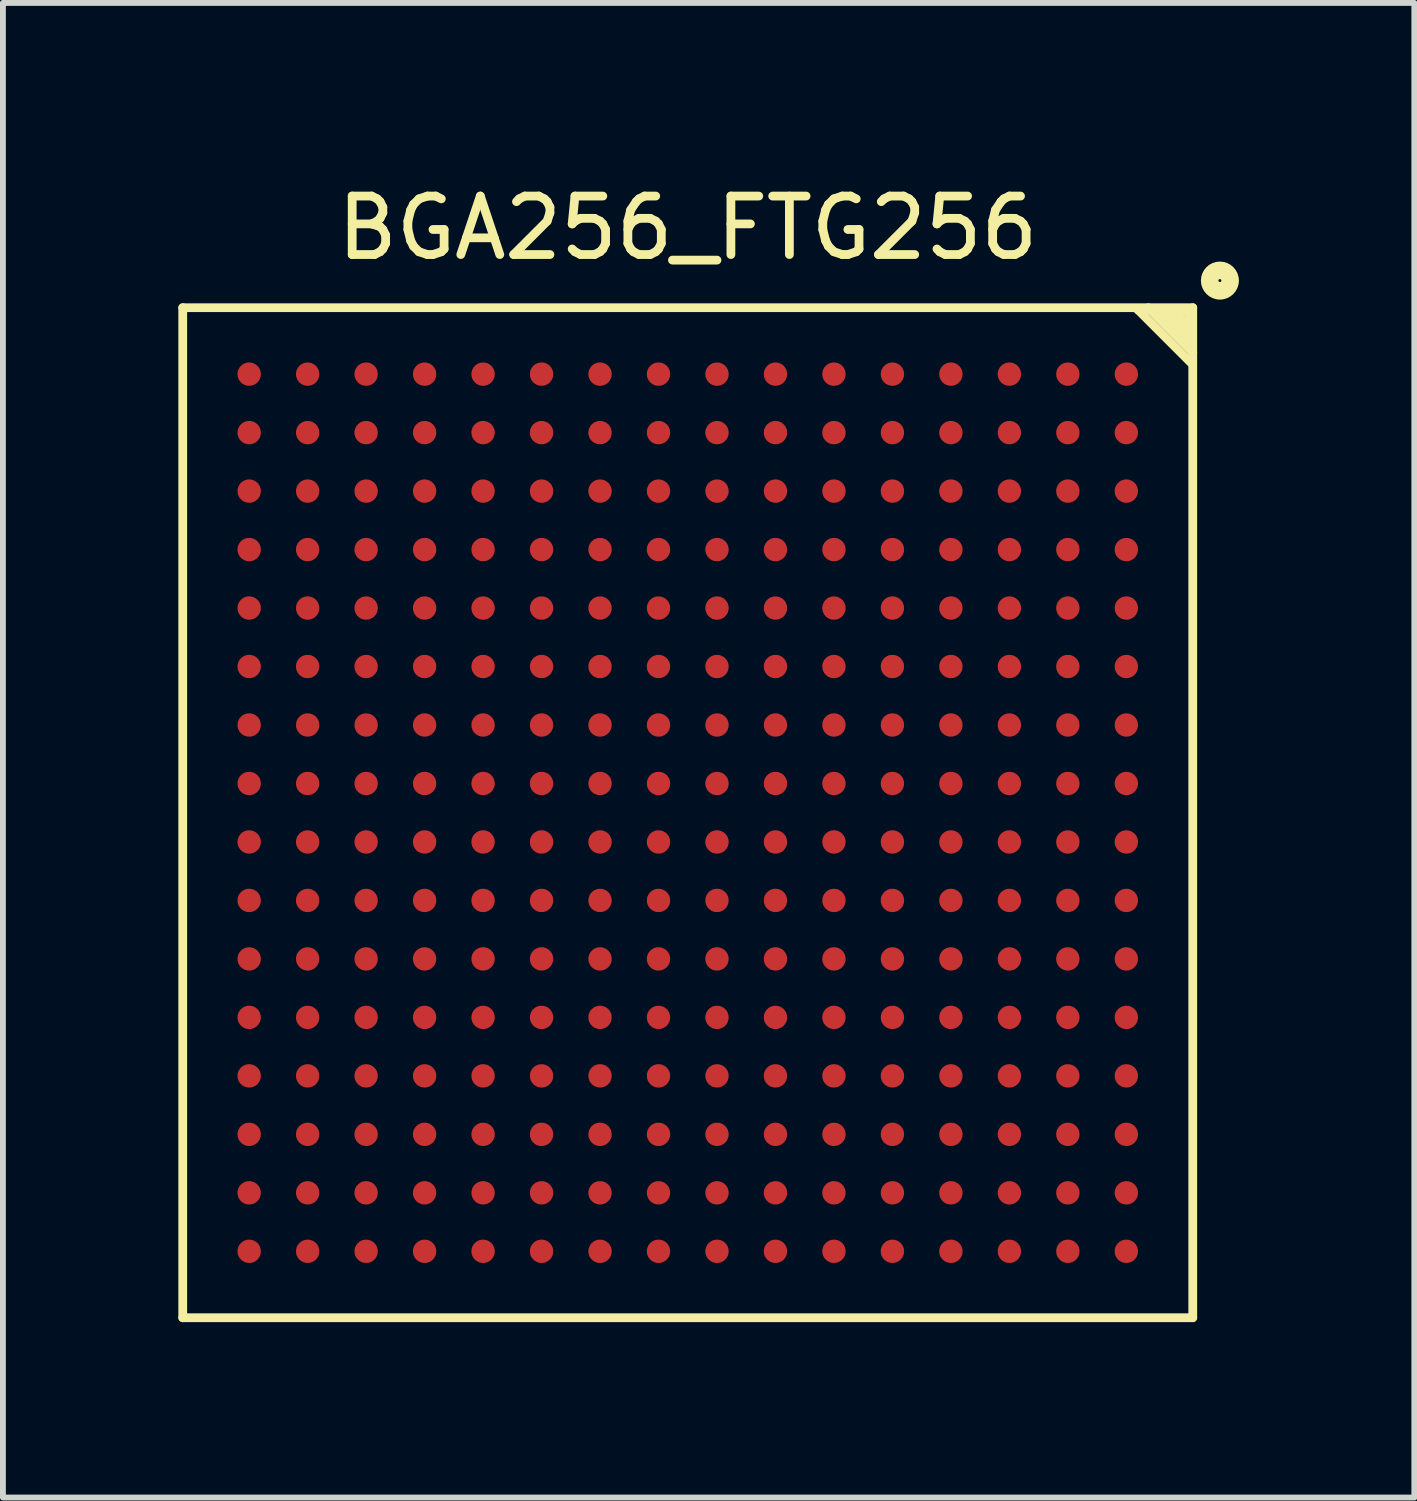
<source format=kicad_pcb>
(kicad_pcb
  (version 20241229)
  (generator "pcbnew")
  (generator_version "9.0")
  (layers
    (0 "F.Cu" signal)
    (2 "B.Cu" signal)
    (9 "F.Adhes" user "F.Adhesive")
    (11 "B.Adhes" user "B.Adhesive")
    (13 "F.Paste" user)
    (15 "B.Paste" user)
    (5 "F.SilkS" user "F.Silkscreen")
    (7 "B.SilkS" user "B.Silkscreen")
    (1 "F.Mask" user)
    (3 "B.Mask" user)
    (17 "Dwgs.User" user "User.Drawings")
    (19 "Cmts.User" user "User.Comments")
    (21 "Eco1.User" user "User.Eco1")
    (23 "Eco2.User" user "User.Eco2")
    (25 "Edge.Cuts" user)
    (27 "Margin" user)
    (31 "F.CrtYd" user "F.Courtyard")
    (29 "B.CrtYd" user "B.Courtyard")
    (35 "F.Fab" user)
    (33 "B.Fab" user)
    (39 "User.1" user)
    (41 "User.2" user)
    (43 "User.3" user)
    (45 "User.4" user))
  (footprint "BGA256_FTG256"
    (layer "F.Cu")
    (at 8.711 10.848)
    (property "Reference" "BGA256_FTG256" (at 0 -10 0) (layer "F.SilkS") (effects (font (size 1 1) (thickness 0.15))))
    (attr smd)
    (fp_line (start -8.636 -8.636) (end 8.636 -8.636) (stroke (width 0.15) (type solid)) (layer "F.SilkS"))
    (fp_line (start -8.636 8.636) (end -8.636 -8.636) (stroke (width 0.15) (type solid)) (layer "F.SilkS"))
    (fp_line (start 7.7 -8.6) (end 8.6 -7.7) (stroke (width 0.15) (type solid)) (layer "F.SilkS"))
    (fp_line (start 7.874 -8.636) (end 8.636 -7.874) (stroke (width 0.15) (type solid)) (layer "F.SilkS"))
    (fp_line (start 8.1 -8.6) (end 8.3 -8.6) (stroke (width 0.15) (type solid)) (layer "F.SilkS"))
    (fp_line (start 8.3 -8.6) (end 8.6 -8.3) (stroke (width 0.15) (type solid)) (layer "F.SilkS"))
    (fp_line (start 8.5 -8.6) (end 7.7 -8.6) (stroke (width 0.15) (type solid)) (layer "F.SilkS"))
    (fp_line (start 8.6 -8.5) (end 8.5 -8.6) (stroke (width 0.15) (type solid)) (layer "F.SilkS"))
    (fp_line (start 8.6 -8.3) (end 8.6 -8.5) (stroke (width 0.15) (type solid)) (layer "F.SilkS"))
    (fp_line (start 8.6 -8.1) (end 8.1 -8.6) (stroke (width 0.15) (type solid)) (layer "F.SilkS"))
    (fp_line (start 8.636 -8.636) (end 8.636 8.636) (stroke (width 0.15) (type solid)) (layer "F.SilkS"))
    (fp_line (start 8.636 8.636) (end -8.636 8.636) (stroke (width 0.15) (type solid)) (layer "F.SilkS"))
    (fp_circle (center 9.1 -9.1) (end 8.85 -9.1) (stroke (width 0.15) (type solid)) (fill no) (layer "F.SilkS"))
    (fp_circle (center 9.1 -9.1) (end 9 -9.1) (stroke (width 0.15) (type solid)) (fill no) (layer "F.SilkS"))
    (fp_circle (center 9.1 -9.1) (end 9.3 -9.1) (stroke (width 0.15) (type solid)) (fill no) (layer "F.SilkS"))
    (pad "A1" smd circle (at 7.5 -7.5 270) (size 0.4 0.4) (layers "F.Cu" "F.Mask" "F.Paste"))
    (pad "A2" smd circle (at 7.5 -6.5 270) (size 0.4 0.4) (layers "F.Cu" "F.Mask" "F.Paste"))
    (pad "A3" smd circle (at 7.5 -5.5 270) (size 0.4 0.4) (layers "F.Cu" "F.Mask" "F.Paste"))
    (pad "A4" smd circle (at 7.5 -4.5 270) (size 0.4 0.4) (layers "F.Cu" "F.Mask" "F.Paste"))
    (pad "A5" smd circle (at 7.5 -3.5 270) (size 0.4 0.4) (layers "F.Cu" "F.Mask" "F.Paste"))
    (pad "A6" smd circle (at 7.5 -2.5 270) (size 0.4 0.4) (layers "F.Cu" "F.Mask" "F.Paste"))
    (pad "A7" smd circle (at 7.5 -1.5 270) (size 0.4 0.4) (layers "F.Cu" "F.Mask" "F.Paste"))
    (pad "A8" smd circle (at 7.5 -0.5 270) (size 0.4 0.4) (layers "F.Cu" "F.Mask" "F.Paste"))
    (pad "A9" smd circle (at 7.5 0.5 270) (size 0.4 0.4) (layers "F.Cu" "F.Mask" "F.Paste"))
    (pad "A10" smd circle (at 7.5 1.5 270) (size 0.4 0.4) (layers "F.Cu" "F.Mask" "F.Paste"))
    (pad "A11" smd circle (at 7.5 2.5 270) (size 0.4 0.4) (layers "F.Cu" "F.Mask" "F.Paste"))
    (pad "A12" smd circle (at 7.5 3.5 270) (size 0.4 0.4) (layers "F.Cu" "F.Mask" "F.Paste"))
    (pad "A13" smd circle (at 7.5 4.5 270) (size 0.4 0.4) (layers "F.Cu" "F.Mask" "F.Paste"))
    (pad "A14" smd circle (at 7.5 5.5 270) (size 0.4 0.4) (layers "F.Cu" "F.Mask" "F.Paste"))
    (pad "A15" smd circle (at 7.5 6.5 270) (size 0.4 0.4) (layers "F.Cu" "F.Mask" "F.Paste"))
    (pad "A16" smd circle (at 7.5 7.5 270) (size 0.4 0.4) (layers "F.Cu" "F.Mask" "F.Paste"))
    (pad "B1" smd circle (at 6.5 -7.5 270) (size 0.4 0.4) (layers "F.Cu" "F.Mask" "F.Paste"))
    (pad "B2" smd circle (at 6.5 -6.5 270) (size 0.4 0.4) (layers "F.Cu" "F.Mask" "F.Paste"))
    (pad "B3" smd circle (at 6.5 -5.5 270) (size 0.4 0.4) (layers "F.Cu" "F.Mask" "F.Paste"))
    (pad "B4" smd circle (at 6.5 -4.5 270) (size 0.4 0.4) (layers "F.Cu" "F.Mask" "F.Paste"))
    (pad "B5" smd circle (at 6.5 -3.5 270) (size 0.4 0.4) (layers "F.Cu" "F.Mask" "F.Paste"))
    (pad "B6" smd circle (at 6.5 -2.5 270) (size 0.4 0.4) (layers "F.Cu" "F.Mask" "F.Paste"))
    (pad "B7" smd circle (at 6.5 -1.5 270) (size 0.4 0.4) (layers "F.Cu" "F.Mask" "F.Paste"))
    (pad "B8" smd circle (at 6.5 -0.5 270) (size 0.4 0.4) (layers "F.Cu" "F.Mask" "F.Paste"))
    (pad "B9" smd circle (at 6.5 0.5 270) (size 0.4 0.4) (layers "F.Cu" "F.Mask" "F.Paste"))
    (pad "B10" smd circle (at 6.5 1.5 270) (size 0.4 0.4) (layers "F.Cu" "F.Mask" "F.Paste"))
    (pad "B11" smd circle (at 6.5 2.5 270) (size 0.4 0.4) (layers "F.Cu" "F.Mask" "F.Paste"))
    (pad "B12" smd circle (at 6.5 3.5 270) (size 0.4 0.4) (layers "F.Cu" "F.Mask" "F.Paste"))
    (pad "B13" smd circle (at 6.5 4.5 270) (size 0.4 0.4) (layers "F.Cu" "F.Mask" "F.Paste"))
    (pad "B14" smd circle (at 6.5 5.5 270) (size 0.4 0.4) (layers "F.Cu" "F.Mask" "F.Paste"))
    (pad "B15" smd circle (at 6.5 6.5 270) (size 0.4 0.4) (layers "F.Cu" "F.Mask" "F.Paste"))
    (pad "B16" smd circle (at 6.5 7.5 270) (size 0.4 0.4) (layers "F.Cu" "F.Mask" "F.Paste"))
    (pad "C1" smd circle (at 5.5 -7.5 270) (size 0.4 0.4) (layers "F.Cu" "F.Mask" "F.Paste"))
    (pad "C2" smd circle (at 5.5 -6.5 270) (size 0.4 0.4) (layers "F.Cu" "F.Mask" "F.Paste"))
    (pad "C3" smd circle (at 5.5 -5.5 270) (size 0.4 0.4) (layers "F.Cu" "F.Mask" "F.Paste"))
    (pad "C4" smd circle (at 5.5 -4.5 270) (size 0.4 0.4) (layers "F.Cu" "F.Mask" "F.Paste"))
    (pad "C5" smd circle (at 5.5 -3.5 270) (size 0.4 0.4) (layers "F.Cu" "F.Mask" "F.Paste"))
    (pad "C6" smd circle (at 5.5 -2.5 270) (size 0.4 0.4) (layers "F.Cu" "F.Mask" "F.Paste"))
    (pad "C7" smd circle (at 5.5 -1.5 270) (size 0.4 0.4) (layers "F.Cu" "F.Mask" "F.Paste"))
    (pad "C8" smd circle (at 5.5 -0.5 270) (size 0.4 0.4) (layers "F.Cu" "F.Mask" "F.Paste"))
    (pad "C9" smd circle (at 5.5 0.5 270) (size 0.4 0.4) (layers "F.Cu" "F.Mask" "F.Paste"))
    (pad "C10" smd circle (at 5.5 1.5 270) (size 0.4 0.4) (layers "F.Cu" "F.Mask" "F.Paste"))
    (pad "C11" smd circle (at 5.5 2.5 270) (size 0.4 0.4) (layers "F.Cu" "F.Mask" "F.Paste"))
    (pad "C12" smd circle (at 5.5 3.5 270) (size 0.4 0.4) (layers "F.Cu" "F.Mask" "F.Paste"))
    (pad "C13" smd circle (at 5.5 4.5 270) (size 0.4 0.4) (layers "F.Cu" "F.Mask" "F.Paste"))
    (pad "C14" smd circle (at 5.5 5.5 270) (size 0.4 0.4) (layers "F.Cu" "F.Mask" "F.Paste"))
    (pad "C15" smd circle (at 5.5 6.5 270) (size 0.4 0.4) (layers "F.Cu" "F.Mask" "F.Paste"))
    (pad "C16" smd circle (at 5.5 7.5 270) (size 0.4 0.4) (layers "F.Cu" "F.Mask" "F.Paste"))
    (pad "D1" smd circle (at 4.5 -7.5 270) (size 0.4 0.4) (layers "F.Cu" "F.Mask" "F.Paste"))
    (pad "D2" smd circle (at 4.5 -6.5 270) (size 0.4 0.4) (layers "F.Cu" "F.Mask" "F.Paste"))
    (pad "D3" smd circle (at 4.5 -5.5 270) (size 0.4 0.4) (layers "F.Cu" "F.Mask" "F.Paste"))
    (pad "D4" smd circle (at 4.5 -4.5 270) (size 0.4 0.4) (layers "F.Cu" "F.Mask" "F.Paste"))
    (pad "D5" smd circle (at 4.5 -3.5 270) (size 0.4 0.4) (layers "F.Cu" "F.Mask" "F.Paste"))
    (pad "D6" smd circle (at 4.5 -2.5 270) (size 0.4 0.4) (layers "F.Cu" "F.Mask" "F.Paste"))
    (pad "D7" smd circle (at 4.5 -1.5 270) (size 0.4 0.4) (layers "F.Cu" "F.Mask" "F.Paste"))
    (pad "D8" smd circle (at 4.5 -0.5 270) (size 0.4 0.4) (layers "F.Cu" "F.Mask" "F.Paste"))
    (pad "D9" smd circle (at 4.5 0.5 270) (size 0.4 0.4) (layers "F.Cu" "F.Mask" "F.Paste"))
    (pad "D10" smd circle (at 4.5 1.5 270) (size 0.4 0.4) (layers "F.Cu" "F.Mask" "F.Paste"))
    (pad "D11" smd circle (at 4.5 2.5 270) (size 0.4 0.4) (layers "F.Cu" "F.Mask" "F.Paste"))
    (pad "D12" smd circle (at 4.5 3.5 270) (size 0.4 0.4) (layers "F.Cu" "F.Mask" "F.Paste"))
    (pad "D13" smd circle (at 4.5 4.5 270) (size 0.4 0.4) (layers "F.Cu" "F.Mask" "F.Paste"))
    (pad "D14" smd circle (at 4.5 5.5 270) (size 0.4 0.4) (layers "F.Cu" "F.Mask" "F.Paste"))
    (pad "D15" smd circle (at 4.5 6.5 270) (size 0.4 0.4) (layers "F.Cu" "F.Mask" "F.Paste"))
    (pad "D16" smd circle (at 4.5 7.5 270) (size 0.4 0.4) (layers "F.Cu" "F.Mask" "F.Paste"))
    (pad "E1" smd circle (at 3.5 -7.5 270) (size 0.4 0.4) (layers "F.Cu" "F.Mask" "F.Paste"))
    (pad "E2" smd circle (at 3.5 -6.5 270) (size 0.4 0.4) (layers "F.Cu" "F.Mask" "F.Paste"))
    (pad "E3" smd circle (at 3.5 -5.5 270) (size 0.4 0.4) (layers "F.Cu" "F.Mask" "F.Paste"))
    (pad "E4" smd circle (at 3.5 -4.5 270) (size 0.4 0.4) (layers "F.Cu" "F.Mask" "F.Paste"))
    (pad "E5" smd circle (at 3.5 -3.5 270) (size 0.4 0.4) (layers "F.Cu" "F.Mask" "F.Paste"))
    (pad "E6" smd circle (at 3.5 -2.5 270) (size 0.4 0.4) (layers "F.Cu" "F.Mask" "F.Paste"))
    (pad "E7" smd circle (at 3.5 -1.5 270) (size 0.4 0.4) (layers "F.Cu" "F.Mask" "F.Paste"))
    (pad "E8" smd circle (at 3.5 -0.5 270) (size 0.4 0.4) (layers "F.Cu" "F.Mask" "F.Paste"))
    (pad "E9" smd circle (at 3.5 0.5 270) (size 0.4 0.4) (layers "F.Cu" "F.Mask" "F.Paste"))
    (pad "E10" smd circle (at 3.5 1.5 270) (size 0.4 0.4) (layers "F.Cu" "F.Mask" "F.Paste"))
    (pad "E11" smd circle (at 3.5 2.5 270) (size 0.4 0.4) (layers "F.Cu" "F.Mask" "F.Paste"))
    (pad "E12" smd circle (at 3.5 3.5 270) (size 0.4 0.4) (layers "F.Cu" "F.Mask" "F.Paste"))
    (pad "E13" smd circle (at 3.5 4.5 270) (size 0.4 0.4) (layers "F.Cu" "F.Mask" "F.Paste"))
    (pad "E14" smd circle (at 3.5 5.5 270) (size 0.4 0.4) (layers "F.Cu" "F.Mask" "F.Paste"))
    (pad "E15" smd circle (at 3.5 6.5 270) (size 0.4 0.4) (layers "F.Cu" "F.Mask" "F.Paste"))
    (pad "E16" smd circle (at 3.5 7.5 270) (size 0.4 0.4) (layers "F.Cu" "F.Mask" "F.Paste"))
    (pad "F1" smd circle (at 2.5 -7.5 270) (size 0.4 0.4) (layers "F.Cu" "F.Mask" "F.Paste"))
    (pad "F2" smd circle (at 2.5 -6.5 270) (size 0.4 0.4) (layers "F.Cu" "F.Mask" "F.Paste"))
    (pad "F3" smd circle (at 2.5 -5.5 270) (size 0.4 0.4) (layers "F.Cu" "F.Mask" "F.Paste"))
    (pad "F4" smd circle (at 2.5 -4.5 270) (size 0.4 0.4) (layers "F.Cu" "F.Mask" "F.Paste"))
    (pad "F5" smd circle (at 2.5 -3.5 270) (size 0.4 0.4) (layers "F.Cu" "F.Mask" "F.Paste"))
    (pad "F6" smd circle (at 2.5 -2.5 270) (size 0.4 0.4) (layers "F.Cu" "F.Mask" "F.Paste"))
    (pad "F7" smd circle (at 2.5 -1.5 270) (size 0.4 0.4) (layers "F.Cu" "F.Mask" "F.Paste"))
    (pad "F8" smd circle (at 2.5 -0.5 270) (size 0.4 0.4) (layers "F.Cu" "F.Mask" "F.Paste"))
    (pad "F9" smd circle (at 2.5 0.5 270) (size 0.4 0.4) (layers "F.Cu" "F.Mask" "F.Paste"))
    (pad "F10" smd circle (at 2.5 1.5 270) (size 0.4 0.4) (layers "F.Cu" "F.Mask" "F.Paste"))
    (pad "F11" smd circle (at 2.5 2.5 270) (size 0.4 0.4) (layers "F.Cu" "F.Mask" "F.Paste"))
    (pad "F12" smd circle (at 2.5 3.5 270) (size 0.4 0.4) (layers "F.Cu" "F.Mask" "F.Paste"))
    (pad "F13" smd circle (at 2.5 4.5 270) (size 0.4 0.4) (layers "F.Cu" "F.Mask" "F.Paste"))
    (pad "F14" smd circle (at 2.5 5.5 270) (size 0.4 0.4) (layers "F.Cu" "F.Mask" "F.Paste"))
    (pad "F15" smd circle (at 2.5 6.5 270) (size 0.4 0.4) (layers "F.Cu" "F.Mask" "F.Paste"))
    (pad "F16" smd circle (at 2.5 7.5 270) (size 0.4 0.4) (layers "F.Cu" "F.Mask" "F.Paste"))
    (pad "G1" smd circle (at 1.5 -7.5 270) (size 0.4 0.4) (layers "F.Cu" "F.Mask" "F.Paste"))
    (pad "G2" smd circle (at 1.5 -6.5 270) (size 0.4 0.4) (layers "F.Cu" "F.Mask" "F.Paste"))
    (pad "G3" smd circle (at 1.5 -5.5 270) (size 0.4 0.4) (layers "F.Cu" "F.Mask" "F.Paste"))
    (pad "G4" smd circle (at 1.5 -4.5 270) (size 0.4 0.4) (layers "F.Cu" "F.Mask" "F.Paste"))
    (pad "G5" smd circle (at 1.5 -3.5 270) (size 0.4 0.4) (layers "F.Cu" "F.Mask" "F.Paste"))
    (pad "G6" smd circle (at 1.5 -2.5 270) (size 0.4 0.4) (layers "F.Cu" "F.Mask" "F.Paste"))
    (pad "G7" smd circle (at 1.5 -1.5 270) (size 0.4 0.4) (layers "F.Cu" "F.Mask" "F.Paste"))
    (pad "G8" smd circle (at 1.5 -0.5 270) (size 0.4 0.4) (layers "F.Cu" "F.Mask" "F.Paste"))
    (pad "G9" smd circle (at 1.5 0.5 270) (size 0.4 0.4) (layers "F.Cu" "F.Mask" "F.Paste"))
    (pad "G10" smd circle (at 1.5 1.5 270) (size 0.4 0.4) (layers "F.Cu" "F.Mask" "F.Paste"))
    (pad "G11" smd circle (at 1.5 2.5 270) (size 0.4 0.4) (layers "F.Cu" "F.Mask" "F.Paste"))
    (pad "G12" smd circle (at 1.5 3.5 270) (size 0.4 0.4) (layers "F.Cu" "F.Mask" "F.Paste"))
    (pad "G13" smd circle (at 1.5 4.5 270) (size 0.4 0.4) (layers "F.Cu" "F.Mask" "F.Paste"))
    (pad "G14" smd circle (at 1.5 5.5 270) (size 0.4 0.4) (layers "F.Cu" "F.Mask" "F.Paste"))
    (pad "G15" smd circle (at 1.5 6.5 270) (size 0.4 0.4) (layers "F.Cu" "F.Mask" "F.Paste"))
    (pad "G16" smd circle (at 1.5 7.5 270) (size 0.4 0.4) (layers "F.Cu" "F.Mask" "F.Paste"))
    (pad "H1" smd circle (at 0.5 -7.5 270) (size 0.4 0.4) (layers "F.Cu" "F.Mask" "F.Paste"))
    (pad "H2" smd circle (at 0.5 -6.5 270) (size 0.4 0.4) (layers "F.Cu" "F.Mask" "F.Paste"))
    (pad "H3" smd circle (at 0.5 -5.5 270) (size 0.4 0.4) (layers "F.Cu" "F.Mask" "F.Paste"))
    (pad "H4" smd circle (at 0.5 -4.5 270) (size 0.4 0.4) (layers "F.Cu" "F.Mask" "F.Paste"))
    (pad "H5" smd circle (at 0.5 -3.5 270) (size 0.4 0.4) (layers "F.Cu" "F.Mask" "F.Paste"))
    (pad "H6" smd circle (at 0.5 -2.5 270) (size 0.4 0.4) (layers "F.Cu" "F.Mask" "F.Paste"))
    (pad "H7" smd circle (at 0.5 -1.5 270) (size 0.4 0.4) (layers "F.Cu" "F.Mask" "F.Paste"))
    (pad "H8" smd circle (at 0.5 -0.5 270) (size 0.4 0.4) (layers "F.Cu" "F.Mask" "F.Paste"))
    (pad "H9" smd circle (at 0.5 0.5 270) (size 0.4 0.4) (layers "F.Cu" "F.Mask" "F.Paste"))
    (pad "H10" smd circle (at 0.5 1.5 270) (size 0.4 0.4) (layers "F.Cu" "F.Mask" "F.Paste"))
    (pad "H11" smd circle (at 0.5 2.5 270) (size 0.4 0.4) (layers "F.Cu" "F.Mask" "F.Paste"))
    (pad "H12" smd circle (at 0.5 3.5 270) (size 0.4 0.4) (layers "F.Cu" "F.Mask" "F.Paste"))
    (pad "H13" smd circle (at 0.5 4.5 270) (size 0.4 0.4) (layers "F.Cu" "F.Mask" "F.Paste"))
    (pad "H14" smd circle (at 0.5 5.5 270) (size 0.4 0.4) (layers "F.Cu" "F.Mask" "F.Paste"))
    (pad "H15" smd circle (at 0.5 6.5 270) (size 0.4 0.4) (layers "F.Cu" "F.Mask" "F.Paste"))
    (pad "H16" smd circle (at 0.5 7.5 270) (size 0.4 0.4) (layers "F.Cu" "F.Mask" "F.Paste"))
    (pad "J1" smd circle (at -0.5 -7.5 270) (size 0.4 0.4) (layers "F.Cu" "F.Mask" "F.Paste"))
    (pad "J2" smd circle (at -0.5 -6.5 270) (size 0.4 0.4) (layers "F.Cu" "F.Mask" "F.Paste"))
    (pad "J3" smd circle (at -0.5 -5.5 270) (size 0.4 0.4) (layers "F.Cu" "F.Mask" "F.Paste"))
    (pad "J4" smd circle (at -0.5 -4.5 270) (size 0.4 0.4) (layers "F.Cu" "F.Mask" "F.Paste"))
    (pad "J5" smd circle (at -0.5 -3.5 270) (size 0.4 0.4) (layers "F.Cu" "F.Mask" "F.Paste"))
    (pad "J6" smd circle (at -0.5 -2.5 270) (size 0.4 0.4) (layers "F.Cu" "F.Mask" "F.Paste"))
    (pad "J7" smd circle (at -0.5 -1.5 270) (size 0.4 0.4) (layers "F.Cu" "F.Mask" "F.Paste"))
    (pad "J8" smd circle (at -0.5 -0.5 270) (size 0.4 0.4) (layers "F.Cu" "F.Mask" "F.Paste"))
    (pad "J9" smd circle (at -0.5 0.5 270) (size 0.4 0.4) (layers "F.Cu" "F.Mask" "F.Paste"))
    (pad "J10" smd circle (at -0.5 1.5 270) (size 0.4 0.4) (layers "F.Cu" "F.Mask" "F.Paste"))
    (pad "J11" smd circle (at -0.5 2.5 270) (size 0.4 0.4) (layers "F.Cu" "F.Mask" "F.Paste"))
    (pad "J12" smd circle (at -0.5 3.5 270) (size 0.4 0.4) (layers "F.Cu" "F.Mask" "F.Paste"))
    (pad "J13" smd circle (at -0.5 4.5 270) (size 0.4 0.4) (layers "F.Cu" "F.Mask" "F.Paste"))
    (pad "J14" smd circle (at -0.5 5.5 270) (size 0.4 0.4) (layers "F.Cu" "F.Mask" "F.Paste"))
    (pad "J15" smd circle (at -0.5 6.5 270) (size 0.4 0.4) (layers "F.Cu" "F.Mask" "F.Paste"))
    (pad "J16" smd circle (at -0.5 7.5 270) (size 0.4 0.4) (layers "F.Cu" "F.Mask" "F.Paste"))
    (pad "K1" smd circle (at -1.5 -7.5 270) (size 0.4 0.4) (layers "F.Cu" "F.Mask" "F.Paste"))
    (pad "K2" smd circle (at -1.5 -6.5 270) (size 0.4 0.4) (layers "F.Cu" "F.Mask" "F.Paste"))
    (pad "K3" smd circle (at -1.5 -5.5 270) (size 0.4 0.4) (layers "F.Cu" "F.Mask" "F.Paste"))
    (pad "K4" smd circle (at -1.5 -4.5 270) (size 0.4 0.4) (layers "F.Cu" "F.Mask" "F.Paste"))
    (pad "K5" smd circle (at -1.5 -3.5 270) (size 0.4 0.4) (layers "F.Cu" "F.Mask" "F.Paste"))
    (pad "K6" smd circle (at -1.5 -2.5 270) (size 0.4 0.4) (layers "F.Cu" "F.Mask" "F.Paste"))
    (pad "K7" smd circle (at -1.5 -1.5 270) (size 0.4 0.4) (layers "F.Cu" "F.Mask" "F.Paste"))
    (pad "K8" smd circle (at -1.5 -0.5 270) (size 0.4 0.4) (layers "F.Cu" "F.Mask" "F.Paste"))
    (pad "K9" smd circle (at -1.5 0.5 270) (size 0.4 0.4) (layers "F.Cu" "F.Mask" "F.Paste"))
    (pad "K10" smd circle (at -1.5 1.5 270) (size 0.4 0.4) (layers "F.Cu" "F.Mask" "F.Paste"))
    (pad "K11" smd circle (at -1.5 2.5 270) (size 0.4 0.4) (layers "F.Cu" "F.Mask" "F.Paste"))
    (pad "K12" smd circle (at -1.5 3.5 270) (size 0.4 0.4) (layers "F.Cu" "F.Mask" "F.Paste"))
    (pad "K13" smd circle (at -1.5 4.5 270) (size 0.4 0.4) (layers "F.Cu" "F.Mask" "F.Paste"))
    (pad "K14" smd circle (at -1.5 5.5 270) (size 0.4 0.4) (layers "F.Cu" "F.Mask" "F.Paste"))
    (pad "K15" smd circle (at -1.5 6.5 270) (size 0.4 0.4) (layers "F.Cu" "F.Mask" "F.Paste"))
    (pad "K16" smd circle (at -1.5 7.5 270) (size 0.4 0.4) (layers "F.Cu" "F.Mask" "F.Paste"))
    (pad "L1" smd circle (at -2.5 -7.5 270) (size 0.4 0.4) (layers "F.Cu" "F.Mask" "F.Paste"))
    (pad "L2" smd circle (at -2.5 -6.5 270) (size 0.4 0.4) (layers "F.Cu" "F.Mask" "F.Paste"))
    (pad "L3" smd circle (at -2.5 -5.5 270) (size 0.4 0.4) (layers "F.Cu" "F.Mask" "F.Paste"))
    (pad "L4" smd circle (at -2.5 -4.5 270) (size 0.4 0.4) (layers "F.Cu" "F.Mask" "F.Paste"))
    (pad "L5" smd circle (at -2.5 -3.5 270) (size 0.4 0.4) (layers "F.Cu" "F.Mask" "F.Paste"))
    (pad "L6" smd circle (at -2.5 -2.5 270) (size 0.4 0.4) (layers "F.Cu" "F.Mask" "F.Paste"))
    (pad "L7" smd circle (at -2.5 -1.5 270) (size 0.4 0.4) (layers "F.Cu" "F.Mask" "F.Paste"))
    (pad "L8" smd circle (at -2.5 -0.5 270) (size 0.4 0.4) (layers "F.Cu" "F.Mask" "F.Paste"))
    (pad "L9" smd circle (at -2.5 0.5 270) (size 0.4 0.4) (layers "F.Cu" "F.Mask" "F.Paste"))
    (pad "L10" smd circle (at -2.5 1.5 270) (size 0.4 0.4) (layers "F.Cu" "F.Mask" "F.Paste"))
    (pad "L11" smd circle (at -2.5 2.5 270) (size 0.4 0.4) (layers "F.Cu" "F.Mask" "F.Paste"))
    (pad "L12" smd circle (at -2.5 3.5 270) (size 0.4 0.4) (layers "F.Cu" "F.Mask" "F.Paste"))
    (pad "L13" smd circle (at -2.5 4.5 270) (size 0.4 0.4) (layers "F.Cu" "F.Mask" "F.Paste"))
    (pad "L14" smd circle (at -2.5 5.5 270) (size 0.4 0.4) (layers "F.Cu" "F.Mask" "F.Paste"))
    (pad "L15" smd circle (at -2.5 6.5 270) (size 0.4 0.4) (layers "F.Cu" "F.Mask" "F.Paste"))
    (pad "L16" smd circle (at -2.5 7.5 270) (size 0.4 0.4) (layers "F.Cu" "F.Mask" "F.Paste"))
    (pad "M1" smd circle (at -3.5 -7.5 270) (size 0.4 0.4) (layers "F.Cu" "F.Mask" "F.Paste"))
    (pad "M2" smd circle (at -3.5 -6.5 270) (size 0.4 0.4) (layers "F.Cu" "F.Mask" "F.Paste"))
    (pad "M3" smd circle (at -3.5 -5.5 270) (size 0.4 0.4) (layers "F.Cu" "F.Mask" "F.Paste"))
    (pad "M4" smd circle (at -3.5 -4.5 270) (size 0.4 0.4) (layers "F.Cu" "F.Mask" "F.Paste"))
    (pad "M5" smd circle (at -3.5 -3.5 270) (size 0.4 0.4) (layers "F.Cu" "F.Mask" "F.Paste"))
    (pad "M6" smd circle (at -3.5 -2.5 270) (size 0.4 0.4) (layers "F.Cu" "F.Mask" "F.Paste"))
    (pad "M7" smd circle (at -3.5 -1.5 270) (size 0.4 0.4) (layers "F.Cu" "F.Mask" "F.Paste"))
    (pad "M8" smd circle (at -3.5 -0.5 270) (size 0.4 0.4) (layers "F.Cu" "F.Mask" "F.Paste"))
    (pad "M9" smd circle (at -3.5 0.5 270) (size 0.4 0.4) (layers "F.Cu" "F.Mask" "F.Paste"))
    (pad "M10" smd circle (at -3.5 1.5 270) (size 0.4 0.4) (layers "F.Cu" "F.Mask" "F.Paste"))
    (pad "M11" smd circle (at -3.5 2.5 270) (size 0.4 0.4) (layers "F.Cu" "F.Mask" "F.Paste"))
    (pad "M12" smd circle (at -3.5 3.5 270) (size 0.4 0.4) (layers "F.Cu" "F.Mask" "F.Paste"))
    (pad "M13" smd circle (at -3.5 4.5 270) (size 0.4 0.4) (layers "F.Cu" "F.Mask" "F.Paste"))
    (pad "M14" smd circle (at -3.5 5.5 270) (size 0.4 0.4) (layers "F.Cu" "F.Mask" "F.Paste"))
    (pad "M15" smd circle (at -3.5 6.5 270) (size 0.4 0.4) (layers "F.Cu" "F.Mask" "F.Paste"))
    (pad "M16" smd circle (at -3.5 7.5 270) (size 0.4 0.4) (layers "F.Cu" "F.Mask" "F.Paste"))
    (pad "N1" smd circle (at -4.5 -7.5 270) (size 0.4 0.4) (layers "F.Cu" "F.Mask" "F.Paste"))
    (pad "N2" smd circle (at -4.5 -6.5 270) (size 0.4 0.4) (layers "F.Cu" "F.Mask" "F.Paste"))
    (pad "N3" smd circle (at -4.5 -5.5 270) (size 0.4 0.4) (layers "F.Cu" "F.Mask" "F.Paste"))
    (pad "N4" smd circle (at -4.5 -4.5 270) (size 0.4 0.4) (layers "F.Cu" "F.Mask" "F.Paste"))
    (pad "N5" smd circle (at -4.5 -3.5 270) (size 0.4 0.4) (layers "F.Cu" "F.Mask" "F.Paste"))
    (pad "N6" smd circle (at -4.5 -2.5 270) (size 0.4 0.4) (layers "F.Cu" "F.Mask" "F.Paste"))
    (pad "N7" smd circle (at -4.5 -1.5 270) (size 0.4 0.4) (layers "F.Cu" "F.Mask" "F.Paste"))
    (pad "N8" smd circle (at -4.5 -0.5 270) (size 0.4 0.4) (layers "F.Cu" "F.Mask" "F.Paste"))
    (pad "N9" smd circle (at -4.5 0.5 270) (size 0.4 0.4) (layers "F.Cu" "F.Mask" "F.Paste"))
    (pad "N10" smd circle (at -4.5 1.5 270) (size 0.4 0.4) (layers "F.Cu" "F.Mask" "F.Paste"))
    (pad "N11" smd circle (at -4.5 2.5 270) (size 0.4 0.4) (layers "F.Cu" "F.Mask" "F.Paste"))
    (pad "N12" smd circle (at -4.5 3.5 270) (size 0.4 0.4) (layers "F.Cu" "F.Mask" "F.Paste"))
    (pad "N13" smd circle (at -4.5 4.5 270) (size 0.4 0.4) (layers "F.Cu" "F.Mask" "F.Paste"))
    (pad "N14" smd circle (at -4.5 5.5 270) (size 0.4 0.4) (layers "F.Cu" "F.Mask" "F.Paste"))
    (pad "N15" smd circle (at -4.5 6.5 270) (size 0.4 0.4) (layers "F.Cu" "F.Mask" "F.Paste"))
    (pad "N16" smd circle (at -4.5 7.5 270) (size 0.4 0.4) (layers "F.Cu" "F.Mask" "F.Paste"))
    (pad "P1" smd circle (at -5.5 -7.5 270) (size 0.4 0.4) (layers "F.Cu" "F.Mask" "F.Paste"))
    (pad "P2" smd circle (at -5.5 -6.5 270) (size 0.4 0.4) (layers "F.Cu" "F.Mask" "F.Paste"))
    (pad "P3" smd circle (at -5.5 -5.5 270) (size 0.4 0.4) (layers "F.Cu" "F.Mask" "F.Paste"))
    (pad "P4" smd circle (at -5.5 -4.5 270) (size 0.4 0.4) (layers "F.Cu" "F.Mask" "F.Paste"))
    (pad "P5" smd circle (at -5.5 -3.5 270) (size 0.4 0.4) (layers "F.Cu" "F.Mask" "F.Paste"))
    (pad "P6" smd circle (at -5.5 -2.5 270) (size 0.4 0.4) (layers "F.Cu" "F.Mask" "F.Paste"))
    (pad "P7" smd circle (at -5.5 -1.5 270) (size 0.4 0.4) (layers "F.Cu" "F.Mask" "F.Paste"))
    (pad "P8" smd circle (at -5.5 -0.5 270) (size 0.4 0.4) (layers "F.Cu" "F.Mask" "F.Paste"))
    (pad "P9" smd circle (at -5.5 0.5 270) (size 0.4 0.4) (layers "F.Cu" "F.Mask" "F.Paste"))
    (pad "P10" smd circle (at -5.5 1.5 270) (size 0.4 0.4) (layers "F.Cu" "F.Mask" "F.Paste"))
    (pad "P11" smd circle (at -5.5 2.5 270) (size 0.4 0.4) (layers "F.Cu" "F.Mask" "F.Paste"))
    (pad "P12" smd circle (at -5.5 3.5 270) (size 0.4 0.4) (layers "F.Cu" "F.Mask" "F.Paste"))
    (pad "P13" smd circle (at -5.5 4.5 270) (size 0.4 0.4) (layers "F.Cu" "F.Mask" "F.Paste"))
    (pad "P14" smd circle (at -5.5 5.5 270) (size 0.4 0.4) (layers "F.Cu" "F.Mask" "F.Paste"))
    (pad "P15" smd circle (at -5.5 6.5 270) (size 0.4 0.4) (layers "F.Cu" "F.Mask" "F.Paste"))
    (pad "P16" smd circle (at -5.5 7.5 270) (size 0.4 0.4) (layers "F.Cu" "F.Mask" "F.Paste"))
    (pad "R1" smd circle (at -6.5 -7.5 270) (size 0.4 0.4) (layers "F.Cu" "F.Mask" "F.Paste"))
    (pad "R2" smd circle (at -6.5 -6.5 270) (size 0.4 0.4) (layers "F.Cu" "F.Mask" "F.Paste"))
    (pad "R3" smd circle (at -6.5 -5.5 270) (size 0.4 0.4) (layers "F.Cu" "F.Mask" "F.Paste"))
    (pad "R4" smd circle (at -6.5 -4.5 270) (size 0.4 0.4) (layers "F.Cu" "F.Mask" "F.Paste"))
    (pad "R5" smd circle (at -6.5 -3.5 270) (size 0.4 0.4) (layers "F.Cu" "F.Mask" "F.Paste"))
    (pad "R6" smd circle (at -6.5 -2.5 270) (size 0.4 0.4) (layers "F.Cu" "F.Mask" "F.Paste"))
    (pad "R7" smd circle (at -6.5 -1.5 270) (size 0.4 0.4) (layers "F.Cu" "F.Mask" "F.Paste"))
    (pad "R8" smd circle (at -6.5 -0.5 270) (size 0.4 0.4) (layers "F.Cu" "F.Mask" "F.Paste"))
    (pad "R9" smd circle (at -6.5 0.5 270) (size 0.4 0.4) (layers "F.Cu" "F.Mask" "F.Paste"))
    (pad "R10" smd circle (at -6.5 1.5 270) (size 0.4 0.4) (layers "F.Cu" "F.Mask" "F.Paste"))
    (pad "R11" smd circle (at -6.5 2.5 270) (size 0.4 0.4) (layers "F.Cu" "F.Mask" "F.Paste"))
    (pad "R12" smd circle (at -6.5 3.5 270) (size 0.4 0.4) (layers "F.Cu" "F.Mask" "F.Paste"))
    (pad "R13" smd circle (at -6.5 4.5 270) (size 0.4 0.4) (layers "F.Cu" "F.Mask" "F.Paste"))
    (pad "R14" smd circle (at -6.5 5.5 270) (size 0.4 0.4) (layers "F.Cu" "F.Mask" "F.Paste"))
    (pad "R15" smd circle (at -6.5 6.5 270) (size 0.4 0.4) (layers "F.Cu" "F.Mask" "F.Paste"))
    (pad "R16" smd circle (at -6.5 7.5 270) (size 0.4 0.4) (layers "F.Cu" "F.Mask" "F.Paste"))
    (pad "T1" smd circle (at -7.5 -7.5 270) (size 0.4 0.4) (layers "F.Cu" "F.Mask" "F.Paste"))
    (pad "T2" smd circle (at -7.5 -6.5 270) (size 0.4 0.4) (layers "F.Cu" "F.Mask" "F.Paste"))
    (pad "T3" smd circle (at -7.5 -5.5 270) (size 0.4 0.4) (layers "F.Cu" "F.Mask" "F.Paste"))
    (pad "T4" smd circle (at -7.5 -4.5 270) (size 0.4 0.4) (layers "F.Cu" "F.Mask" "F.Paste"))
    (pad "T5" smd circle (at -7.5 -3.5 270) (size 0.4 0.4) (layers "F.Cu" "F.Mask" "F.Paste"))
    (pad "T6" smd circle (at -7.5 -2.5 270) (size 0.4 0.4) (layers "F.Cu" "F.Mask" "F.Paste"))
    (pad "T7" smd circle (at -7.5 -1.5 270) (size 0.4 0.4) (layers "F.Cu" "F.Mask" "F.Paste"))
    (pad "T8" smd circle (at -7.5 -0.5 270) (size 0.4 0.4) (layers "F.Cu" "F.Mask" "F.Paste"))
    (pad "T9" smd circle (at -7.5 0.5 270) (size 0.4 0.4) (layers "F.Cu" "F.Mask" "F.Paste"))
    (pad "T10" smd circle (at -7.5 1.5 270) (size 0.4 0.4) (layers "F.Cu" "F.Mask" "F.Paste"))
    (pad "T11" smd circle (at -7.5 2.5 270) (size 0.4 0.4) (layers "F.Cu" "F.Mask" "F.Paste"))
    (pad "T12" smd circle (at -7.5 3.5 270) (size 0.4 0.4) (layers "F.Cu" "F.Mask" "F.Paste"))
    (pad "T13" smd circle (at -7.5 4.5 270) (size 0.4 0.4) (layers "F.Cu" "F.Mask" "F.Paste"))
    (pad "T14" smd circle (at -7.5 5.5 270) (size 0.4 0.4) (layers "F.Cu" "F.Mask" "F.Paste"))
    (pad "T15" smd circle (at -7.5 6.5 270) (size 0.4 0.4) (layers "F.Cu" "F.Mask" "F.Paste"))
    (pad "T16" smd circle (at -7.5 7.5 270) (size 0.4 0.4) (layers "F.Cu" "F.Mask" "F.Paste")))
  (gr_rect
    (start -3 -3)
    (end 21.136 22.559)
    (stroke (width 0.1) (type default))
    (fill no)
    (layer "Edge.Cuts")))
</source>
